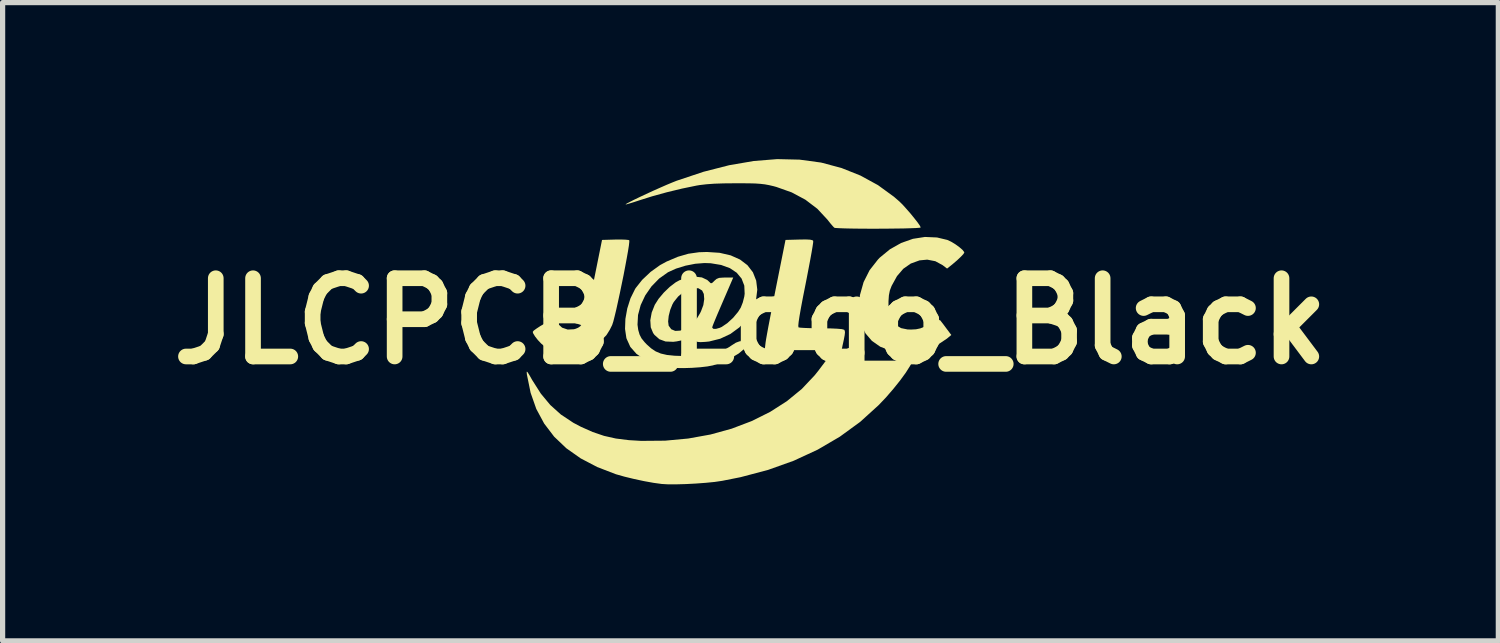
<source format=kicad_pcb>
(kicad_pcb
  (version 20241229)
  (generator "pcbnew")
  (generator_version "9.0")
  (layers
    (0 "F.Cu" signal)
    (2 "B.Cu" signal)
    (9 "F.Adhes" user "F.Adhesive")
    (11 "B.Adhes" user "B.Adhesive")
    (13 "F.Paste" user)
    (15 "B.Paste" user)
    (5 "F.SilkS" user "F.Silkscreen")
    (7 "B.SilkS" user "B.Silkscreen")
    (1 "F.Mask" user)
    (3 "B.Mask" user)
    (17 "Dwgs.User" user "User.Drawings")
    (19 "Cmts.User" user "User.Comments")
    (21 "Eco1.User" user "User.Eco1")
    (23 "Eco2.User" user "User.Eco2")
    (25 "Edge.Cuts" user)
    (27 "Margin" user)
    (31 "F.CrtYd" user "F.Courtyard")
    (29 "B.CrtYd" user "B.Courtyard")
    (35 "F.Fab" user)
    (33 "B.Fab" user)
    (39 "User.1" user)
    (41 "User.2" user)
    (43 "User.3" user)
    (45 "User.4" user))
  (footprint "JLCPCB_Logo_Black"
    (layer "F.Cu")
    (at 11.336 3.105)
    (property "Reference" "JLCPCB_Logo_Black" (at 0 0 0) (layer "F.SilkS") (effects (font (size 1.5 1.5) (thickness 0.3))))
    (attr board_only exclude_from_pos_files exclude_from_bom)
    (fp_poly (pts (xy 1.141 -1.561) (xy 1.187 -1.551) (xy 1.202 -1.538) (xy 1.201 -1.506) (xy 1.19 -1.431) (xy 1.171 -1.318) (xy 1.145 -1.174) (xy 1.113 -1.006) (xy 1.077 -0.818) (xy 1.054 -0.701) (xy 1.005 -0.454) (xy 0.967 -0.253) (xy 0.94 -0.098) (xy 0.923 0.014) (xy 0.916 0.086) (xy 0.919 0.118) (xy 0.921 0.12) (xy 0.954 0.126) (xy 1.03 0.131) (xy 1.137 0.135) (xy 1.267 0.138) (xy 1.358 0.138) (xy 1.531 0.14) (xy 1.663 0.146) (xy 1.752 0.154) (xy 1.794 0.166) (xy 1.796 0.167) (xy 1.807 0.186) (xy 1.811 0.218) (xy 1.805 0.272) (xy 1.789 0.356) (xy 1.762 0.479) (xy 1.758 0.5) (xy 1.745 0.557) (xy 1.008 0.557) (xy 0.272 0.557) (xy 0.289 0.411) (xy 0.298 0.353) (xy 0.316 0.251) (xy 0.341 0.114) (xy 0.373 -0.053) (xy 0.41 -0.243) (xy 0.45 -0.448) (xy 0.489 -0.645) (xy 0.671 -1.556) (xy 0.931 -1.563) (xy 1.057 -1.565)) (stroke (width 0) (type solid)) (fill yes) (layer "F.SilkS"))
    (fp_poly (pts (xy -2.397 -1.561) (xy -2.339 -1.555) (xy -2.324 -1.55) (xy -2.323 -1.52) (xy -2.331 -1.448) (xy -2.348 -1.341) (xy -2.372 -1.206) (xy -2.401 -1.05) (xy -2.433 -0.882) (xy -2.469 -0.707) (xy -2.505 -0.533) (xy -2.541 -0.367) (xy -2.574 -0.217) (xy -2.605 -0.089) (xy -2.63 0.009) (xy -2.65 0.07) (xy -2.652 0.076) (xy -2.697 0.166) (xy -2.75 0.251) (xy -2.765 0.273) (xy -2.895 0.405) (xy -3.057 0.506) (xy -3.243 0.573) (xy -3.442 0.603) (xy -3.644 0.594) (xy -3.749 0.572) (xy -3.842 0.539) (xy -3.93 0.496) (xy -3.952 0.482) (xy -4.012 0.431) (xy -4.076 0.363) (xy -4.131 0.293) (xy -4.167 0.233) (xy -4.174 0.206) (xy -4.154 0.181) (xy -4.1 0.142) (xy -4.027 0.094) (xy -3.945 0.047) (xy -3.869 0.006) (xy -3.809 -0.02) (xy -3.786 -0.025) (xy -3.747 -0.006) (xy -3.701 0.041) (xy -3.694 0.05) (xy -3.611 0.126) (xy -3.504 0.162) (xy -3.384 0.156) (xy -3.352 0.147) (xy -3.306 0.128) (xy -3.265 0.1) (xy -3.229 0.057) (xy -3.196 -0.003) (xy -3.164 -0.088) (xy -3.13 -0.201) (xy -3.094 -0.348) (xy -3.053 -0.533) (xy -3.006 -0.762) (xy -2.991 -0.837) (xy -2.846 -1.556) (xy -2.595 -1.563) (xy -2.487 -1.564)) (stroke (width 0) (type solid)) (fill yes) (layer "F.SilkS"))
    (fp_poly (pts (xy 3.058 0.86) (xy 2.977 0.988) (xy 2.867 1.139) (xy 2.737 1.301) (xy 2.597 1.463) (xy 2.455 1.612) (xy 2.102 1.932) (xy 1.712 2.216) (xy 1.288 2.464) (xy 0.828 2.677) (xy 0.335 2.853) (xy -0.191 2.992) (xy -0.544 3.062) (xy -0.687 3.083) (xy -0.86 3.1) (xy -1.049 3.114) (xy -1.24 3.124) (xy -1.422 3.129) (xy -1.58 3.129) (xy -1.702 3.122) (xy -1.708 3.121) (xy -1.861 3.1) (xy -2.043 3.067) (xy -2.234 3.026) (xy -2.415 2.982) (xy -2.567 2.939) (xy -2.581 2.935) (xy -2.939 2.797) (xy -3.256 2.631) (xy -3.531 2.437) (xy -3.764 2.215) (xy -3.955 1.964) (xy -4.106 1.684) (xy -4.215 1.374) (xy -4.284 1.035) (xy -4.286 1.026) (xy -4.29 0.982) (xy -4.286 0.967) (xy -4.27 0.984) (xy -4.237 1.037) (xy -4.185 1.129) (xy -4.019 1.39) (xy -3.838 1.608) (xy -3.633 1.792) (xy -3.396 1.949) (xy -3.25 2.026) (xy -3.025 2.126) (xy -2.807 2.2) (xy -2.58 2.251) (xy -2.332 2.282) (xy -2.096 2.296) (xy -1.638 2.292) (xy -1.194 2.251) (xy -0.767 2.174) (xy -0.361 2.062) (xy 0.021 1.917) (xy 0.375 1.741) (xy 0.697 1.535) (xy 0.984 1.3) (xy 1.232 1.037) (xy 1.303 0.948) (xy 1.445 0.759) (xy 2.28 0.759) (xy 3.115 0.759)) (stroke (width 0) (type solid)) (fill yes) (layer "F.SilkS"))
    (fp_poly (pts (xy 3.575 -1.603) (xy 3.773 -1.556) (xy 3.846 -1.522) (xy 3.927 -1.473) (xy 4.004 -1.417) (xy 4.065 -1.364) (xy 4.096 -1.323) (xy 4.098 -1.314) (xy 4.08 -1.284) (xy 4.031 -1.232) (xy 3.96 -1.165) (xy 3.877 -1.094) (xy 3.834 -1.059) (xy 3.768 -1.007) (xy 3.683 -1.072) (xy 3.543 -1.148) (xy 3.388 -1.178) (xy 3.24 -1.164) (xy 3.072 -1.103) (xy 2.929 -1.003) (xy 2.808 -0.862) (xy 2.705 -0.675) (xy 2.703 -0.67) (xy 2.671 -0.586) (xy 2.653 -0.495) (xy 2.645 -0.38) (xy 2.645 -0.327) (xy 2.646 -0.215) (xy 2.653 -0.139) (xy 2.669 -0.083) (xy 2.697 -0.032) (xy 2.706 -0.02) (xy 2.79 0.078) (xy 2.887 0.135) (xy 3.01 0.16) (xy 3.08 0.162) (xy 3.173 0.157) (xy 3.254 0.14) (xy 3.344 0.105) (xy 3.428 0.064) (xy 3.516 0.022) (xy 3.586 -0.008) (xy 3.627 -0.02) (xy 3.632 -0.02) (xy 3.653 0.006) (xy 3.695 0.06) (xy 3.747 0.13) (xy 3.849 0.266) (xy 3.765 0.336) (xy 3.592 0.451) (xy 3.39 0.536) (xy 3.17 0.587) (xy 2.947 0.602) (xy 2.732 0.579) (xy 2.683 0.567) (xy 2.487 0.491) (xy 2.327 0.379) (xy 2.204 0.235) (xy 2.12 0.062) (xy 2.079 -0.138) (xy 2.075 -0.233) (xy 2.098 -0.5) (xy 2.168 -0.748) (xy 2.283 -0.976) (xy 2.442 -1.179) (xy 2.476 -1.215) (xy 2.672 -1.376) (xy 2.886 -1.497) (xy 3.113 -1.577) (xy 3.344 -1.613)) (stroke (width 0) (type solid)) (fill yes) (layer "F.SilkS"))
    (fp_poly (pts (xy 0.94 -3.095) (xy 1.346 -3.04) (xy 1.365 -3.036) (xy 1.746 -2.934) (xy 2.107 -2.79) (xy 2.444 -2.606) (xy 2.749 -2.384) (xy 2.853 -2.294) (xy 2.915 -2.233) (xy 2.988 -2.152) (xy 3.066 -2.063) (xy 3.139 -1.973) (xy 3.202 -1.893) (xy 3.246 -1.83) (xy 3.263 -1.795) (xy 3.264 -1.795) (xy 3.239 -1.789) (xy 3.172 -1.784) (xy 3.068 -1.78) (xy 2.936 -1.776) (xy 2.781 -1.774) (xy 2.613 -1.772) (xy 2.436 -1.771) (xy 2.26 -1.771) (xy 2.091 -1.772) (xy 1.936 -1.774) (xy 1.803 -1.777) (xy 1.699 -1.781) (xy 1.63 -1.785) (xy 1.606 -1.79) (xy 1.578 -1.819) (xy 1.53 -1.875) (xy 1.472 -1.948) (xy 1.472 -1.948) (xy 1.281 -2.153) (xy 1.052 -2.327) (xy 0.79 -2.467) (xy 0.497 -2.571) (xy 0.443 -2.586) (xy 0.357 -2.606) (xy 0.276 -2.621) (xy 0.191 -2.631) (xy 0.091 -2.638) (xy -0.034 -2.641) (xy -0.194 -2.642) (xy -0.291 -2.642) (xy -0.512 -2.64) (xy -0.693 -2.634) (xy -0.843 -2.623) (xy -0.972 -2.608) (xy -1.037 -2.597) (xy -1.313 -2.54) (xy -1.603 -2.47) (xy -1.886 -2.392) (xy -2.124 -2.317) (xy -2.231 -2.282) (xy -2.318 -2.255) (xy -2.377 -2.238) (xy -2.396 -2.236) (xy -2.378 -2.25) (xy -2.322 -2.28) (xy -2.236 -2.324) (xy -2.126 -2.377) (xy -2 -2.436) (xy -1.868 -2.497) (xy -1.735 -2.556) (xy -1.61 -2.611) (xy -1.502 -2.656) (xy -1.417 -2.69) (xy -0.902 -2.862) (xy -0.409 -2.988) (xy 0.063 -3.069) (xy 0.512 -3.105)) (stroke (width 0) (type solid)) (fill yes) (layer "F.SilkS"))
    (fp_poly (pts (xy -0.592 -1.309) (xy -0.38 -1.26) (xy -0.201 -1.18) (xy -0.059 -1.072) (xy 0.046 -0.936) (xy 0.109 -0.776) (xy 0.13 -0.603) (xy 0.105 -0.398) (xy 0.036 -0.206) (xy -0.072 -0.03) (xy -0.215 0.122) (xy -0.386 0.247) (xy -0.581 0.338) (xy -0.793 0.391) (xy -0.863 0.398) (xy -0.955 0.403) (xy -1.013 0.399) (xy -1.052 0.382) (xy -1.084 0.353) (xy -1.121 0.317) (xy -1.152 0.308) (xy -1.198 0.323) (xy -1.233 0.34) (xy -1.313 0.368) (xy -1.416 0.389) (xy -1.48 0.397) (xy -1.628 0.391) (xy -1.746 0.348) (xy -1.841 0.264) (xy -1.867 0.228) (xy -1.912 0.119) (xy -1.919 0.007) (xy -1.579 0.007) (xy -1.569 0.087) (xy -1.568 0.089) (xy -1.519 0.156) (xy -1.443 0.188) (xy -1.348 0.183) (xy -1.244 0.141) (xy -1.189 0.105) (xy -1.095 0.027) (xy -1.026 -0.052) (xy -0.966 -0.153) (xy -0.948 -0.19) (xy -0.904 -0.307) (xy -0.887 -0.422) (xy -0.895 -0.52) (xy -0.927 -0.586) (xy -0.998 -0.629) (xy -1.088 -0.635) (xy -1.189 -0.608) (xy -1.293 -0.551) (xy -1.389 -0.469) (xy -1.471 -0.366) (xy -1.496 -0.322) (xy -1.539 -0.215) (xy -1.568 -0.099) (xy -1.579 0.007) (xy -1.919 0.007) (xy -1.921 -0.015) (xy -1.894 -0.163) (xy -1.835 -0.312) (xy -1.762 -0.427) (xy -1.662 -0.546) (xy -1.548 -0.656) (xy -1.434 -0.743) (xy -1.361 -0.783) (xy -1.207 -0.834) (xy -1.061 -0.852) (xy -0.932 -0.837) (xy -0.83 -0.789) (xy -0.796 -0.758) (xy -0.764 -0.727) (xy -0.739 -0.728) (xy -0.701 -0.763) (xy -0.693 -0.772) (xy -0.651 -0.808) (xy -0.602 -0.828) (xy -0.527 -0.834) (xy -0.483 -0.835) (xy -0.331 -0.835) (xy -0.421 -0.626) (xy -0.51 -0.42) (xy -0.581 -0.255) (xy -0.636 -0.127) (xy -0.676 -0.031) (xy -0.704 0.037) (xy -0.722 0.083) (xy -0.731 0.11) (xy -0.734 0.125) (xy -0.734 0.125) (xy -0.713 0.148) (xy -0.661 0.149) (xy -0.59 0.129) (xy -0.552 0.112) (xy -0.444 0.039) (xy -0.333 -0.063) (xy -0.238 -0.177) (xy -0.187 -0.258) (xy -0.148 -0.357) (xy -0.119 -0.471) (xy -0.112 -0.525) (xy -0.119 -0.68) (xy -0.171 -0.815) (xy -0.264 -0.927) (xy -0.395 -1.015) (xy -0.563 -1.076) (xy -0.763 -1.109) (xy -0.883 -1.113) (xy -1.059 -1.099) (xy -1.247 -1.062) (xy -1.428 -1.006) (xy -1.58 -0.937) (xy -1.582 -0.936) (xy -1.752 -0.815) (xy -1.899 -0.664) (xy -2.018 -0.492) (xy -2.105 -0.307) (xy -2.156 -0.117) (xy -2.166 0.068) (xy -2.152 0.17) (xy -2.126 0.259) (xy -2.089 0.331) (xy -2.029 0.405) (xy -1.989 0.447) (xy -1.904 0.523) (xy -1.817 0.581) (xy -1.719 0.622) (xy -1.601 0.649) (xy -1.454 0.664) (xy -1.269 0.67) (xy -1.189 0.67) (xy -0.976 0.665) (xy -0.802 0.647) (xy -0.656 0.615) (xy -0.527 0.565) (xy -0.405 0.495) (xy -0.364 0.467) (xy -0.281 0.414) (xy -0.211 0.388) (xy -0.127 0.38) (xy -0.102 0.379) (xy 0.036 0.379) (xy -0.089 0.507) (xy -0.226 0.621) (xy -0.397 0.723) (xy -0.589 0.807) (xy -0.721 0.849) (xy -0.827 0.869) (xy -0.966 0.885) (xy -1.123 0.896) (xy -1.282 0.901) (xy -1.427 0.899) (xy -1.543 0.891) (xy -1.573 0.887) (xy -1.821 0.825) (xy -2.025 0.739) (xy -2.186 0.628) (xy -2.304 0.494) (xy -2.376 0.335) (xy -2.38 0.32) (xy -2.405 0.15) (xy -2.398 -0.042) (xy -2.362 -0.243) (xy -2.3 -0.438) (xy -2.214 -0.612) (xy -2.202 -0.632) (xy -2.076 -0.791) (xy -1.915 -0.943) (xy -1.734 -1.073) (xy -1.607 -1.142) (xy -1.392 -1.233) (xy -1.192 -1.291) (xy -0.988 -1.32) (xy -0.835 -1.325)) (stroke (width 0) (type solid)) (fill yes) (layer "F.SilkS")))
  (gr_rect
    (start -3 -3)
    (end 25.671 9.234)
    (stroke (width 0.1) (type default))
    (fill no)
    (layer "Edge.Cuts")))
</source>
